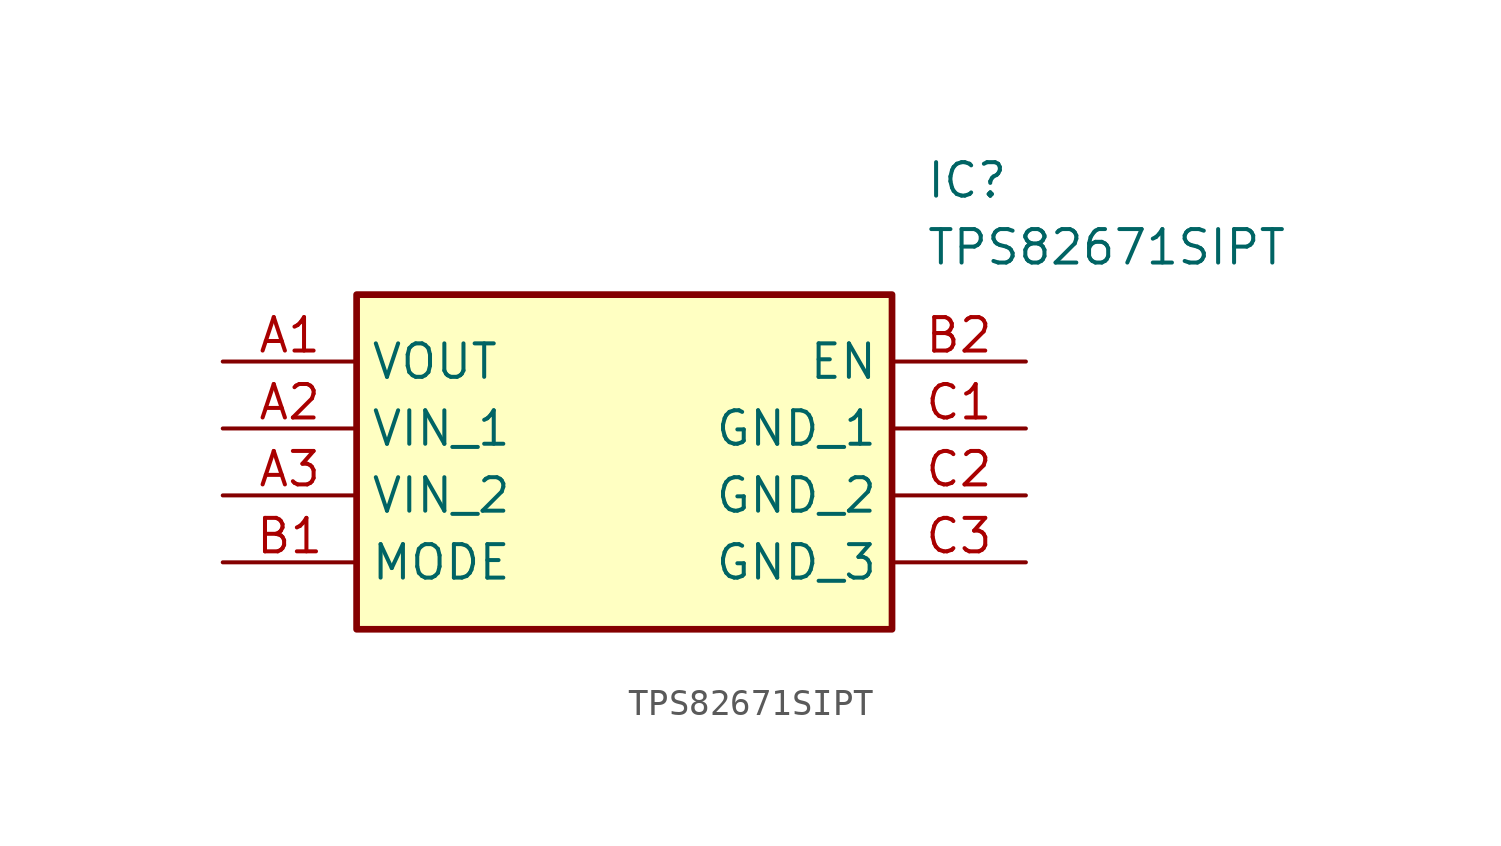
<source format=kicad_sym>
(kicad_symbol_lib
  (version 20211014)
  (generator SamacSys_ECAD_Model)
  (symbol "TPS82671SIPT"
    (property "Reference" "IC"
      (at 26.67 7.62 0)
      (effects (font (size 1.27 1.27)) (justify left top)))
    (property "Value" "TPS82671SIPT"
      (at 26.67 5.08 0)
      (effects (font (size 1.27 1.27)) (justify left top)))
    (rectangle
      (start 5.08 2.54)
      (end 25.4 -10.16)
      (stroke (width 0.254) (type default))
      (fill (type background)))
    (pin passive line
      (at 0 0 0)
      (length 5.08)
      (name "VOUT" (effects (font (size 1.27 1.27))))
      (number "A1" (effects (font (size 1.27 1.27)))))
    (pin passive line
      (at 0 -2.54 0)
      (length 5.08)
      (name "VIN_1" (effects (font (size 1.27 1.27))))
      (number "A2" (effects (font (size 1.27 1.27)))))
    (pin passive line
      (at 0 -5.08 0)
      (length 5.08)
      (name "VIN_2" (effects (font (size 1.27 1.27))))
      (number "A3" (effects (font (size 1.27 1.27)))))
    (pin passive line
      (at 0 -7.62 0)
      (length 5.08)
      (name "MODE" (effects (font (size 1.27 1.27))))
      (number "B1" (effects (font (size 1.27 1.27)))))
    (pin passive line
      (at 30.48 0 180)
      (length 5.08)
      (name "EN" (effects (font (size 1.27 1.27))))
      (number "B2" (effects (font (size 1.27 1.27)))))
    (pin passive line
      (at 30.48 -2.54 180)
      (length 5.08)
      (name "GND_1" (effects (font (size 1.27 1.27))))
      (number "C1" (effects (font (size 1.27 1.27)))))
    (pin passive line
      (at 30.48 -5.08 180)
      (length 5.08)
      (name "GND_2" (effects (font (size 1.27 1.27))))
      (number "C2" (effects (font (size 1.27 1.27)))))
    (pin passive line
      (at 30.48 -7.62 180)
      (length 5.08)
      (name "GND_3" (effects (font (size 1.27 1.27))))
      (number "C3" (effects (font (size 1.27 1.27)))))))
</source>
